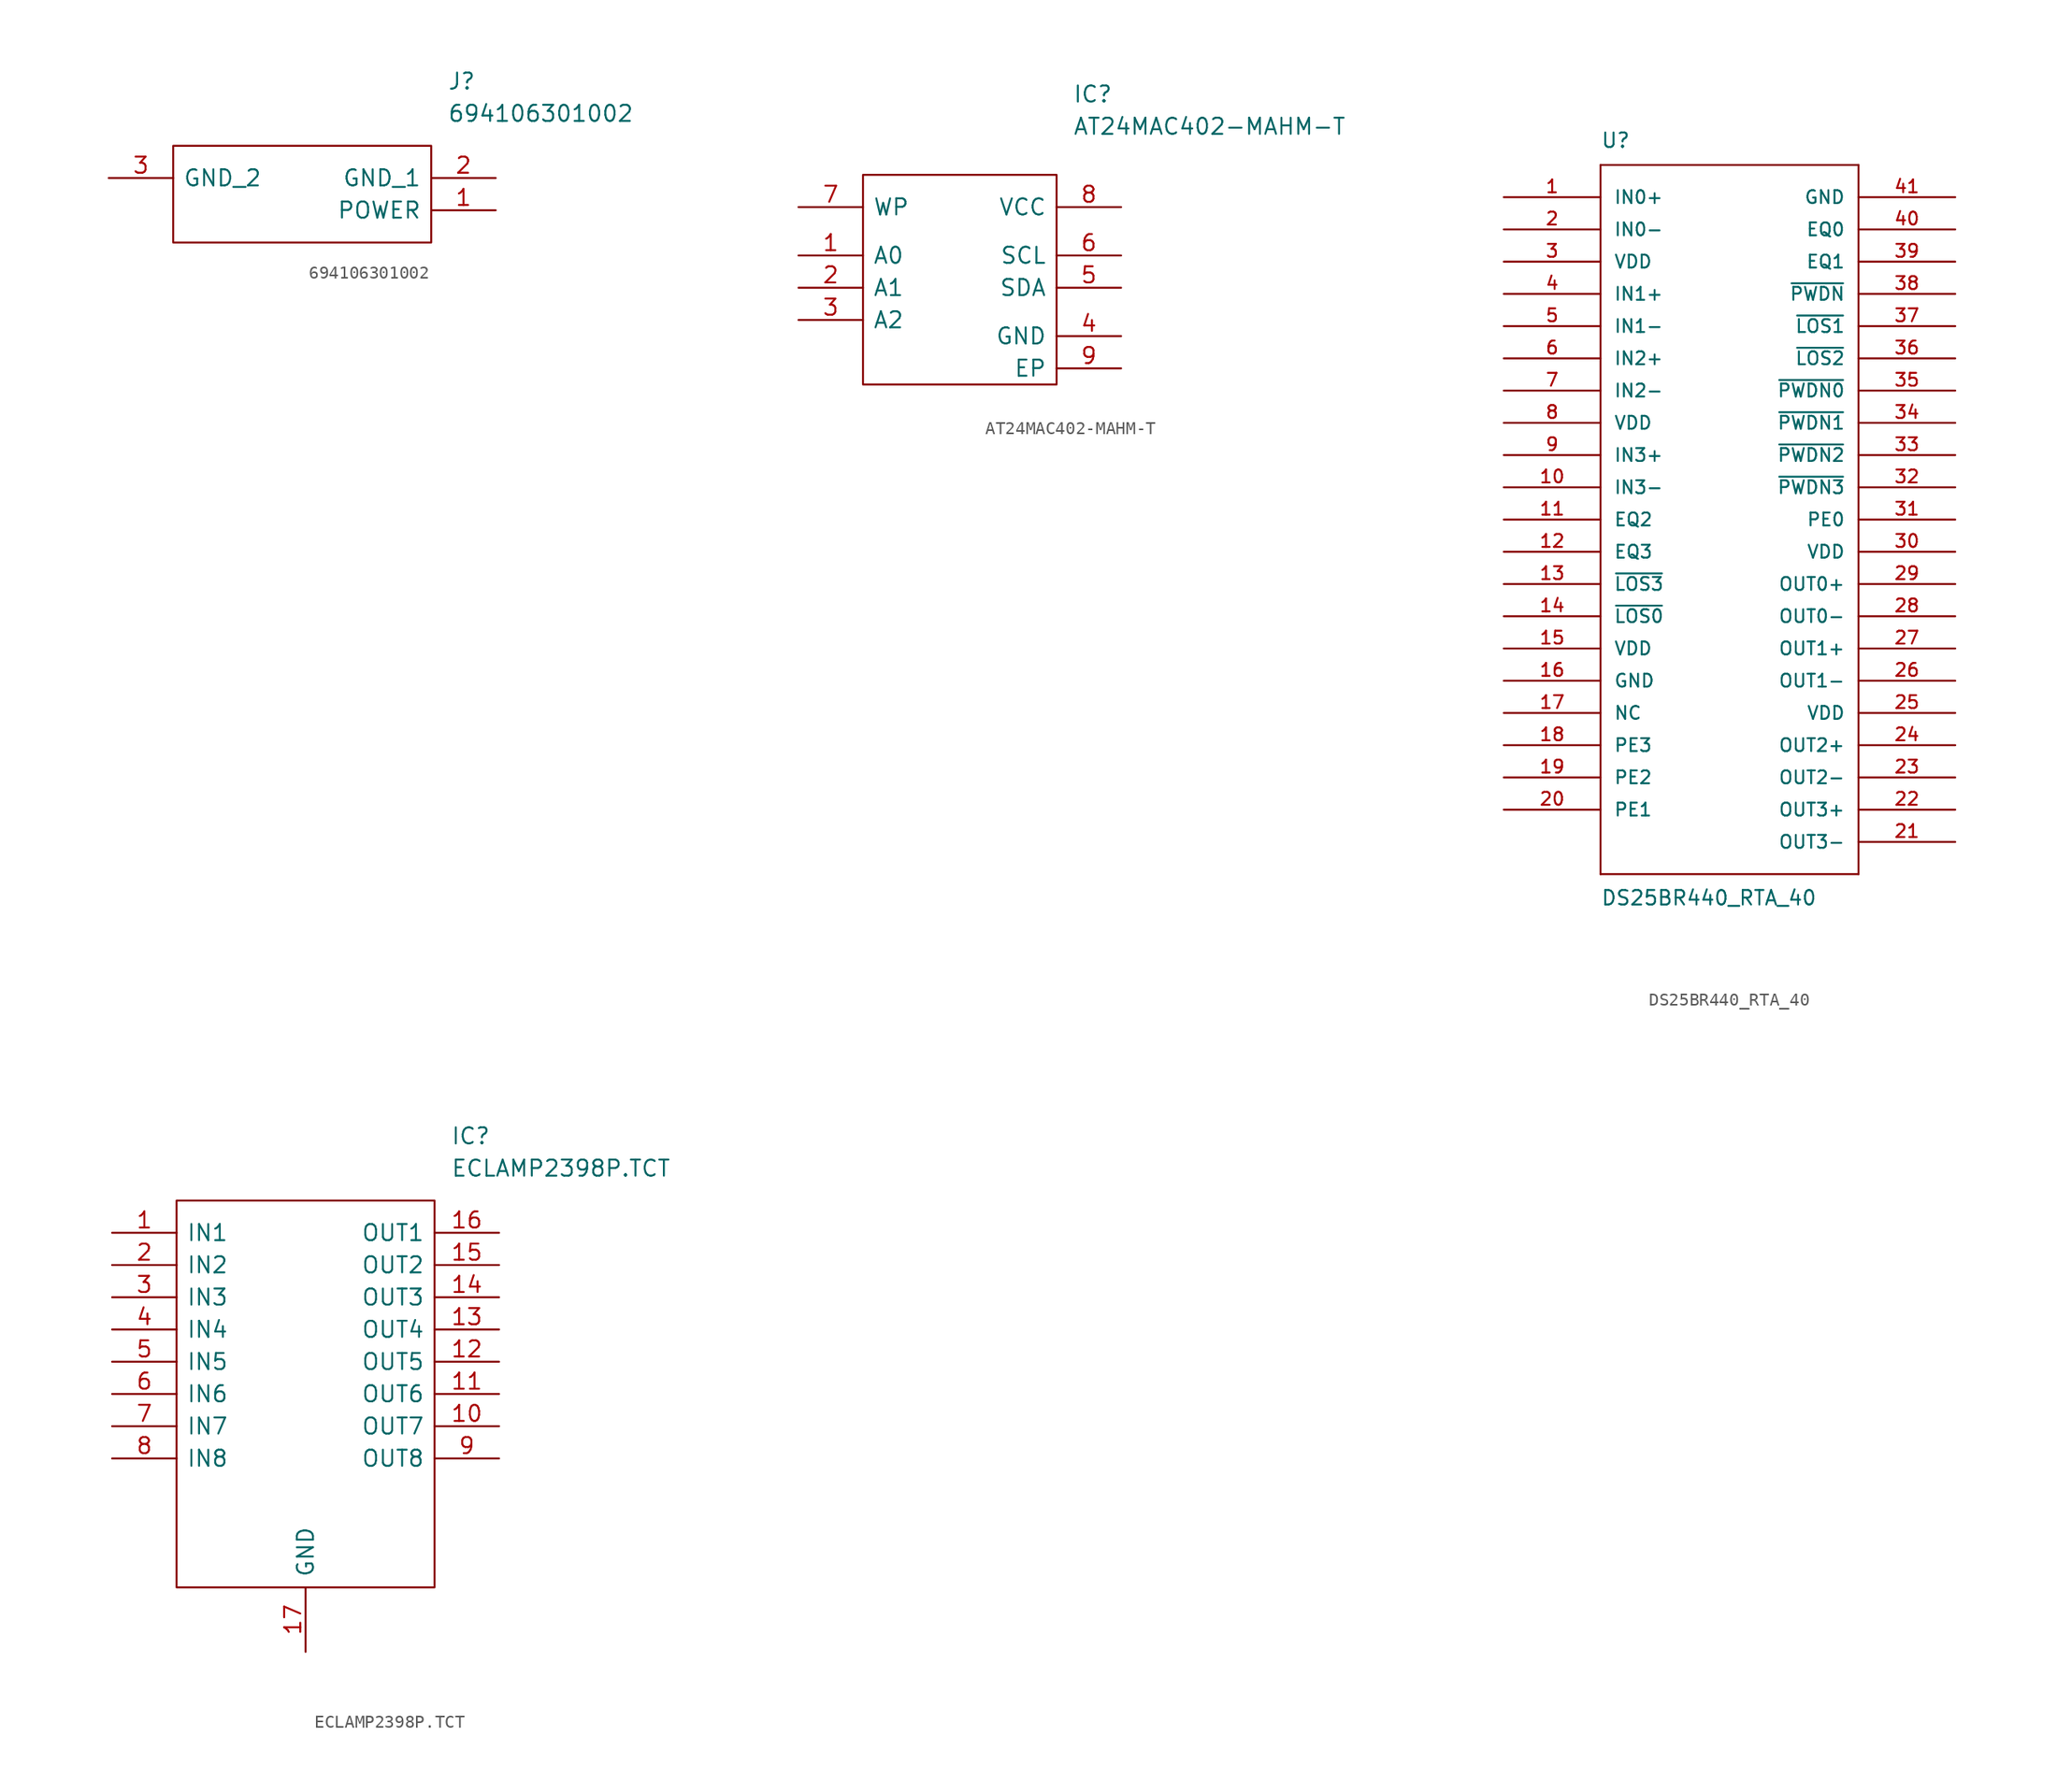
<source format=kicad_sym>
(kicad_symbol_lib
  (version 20211014)
  (generator kicad_symbol_editor)
  (symbol "694106301002"
    (pin_names
      (offset 0.762))
    (property "Reference" "J"
      (at 26.67 7.62 0)
      (effects (font (size 1.27 1.27)) (justify left)))
    (property "Value" "694106301002"
      (at 26.67 5.08 0)
      (effects (font (size 1.27 1.27)) (justify left)))
    (symbol "694106301002_0_0"
      (pin power_out line (at 30.48 -2.54 180) (length 5.08) (name "POWER" (effects (font (size 1.27 1.27)))) (number "1" (effects (font (size 1.27 1.27)))))
      (pin passive line (at 30.48 0 180) (length 5.08) (name "GND_1" (effects (font (size 1.27 1.27)))) (number "2" (effects (font (size 1.27 1.27)))))
      (pin passive line (at 0 0 0) (length 5.08) (name "GND_2" (effects (font (size 1.27 1.27)))) (number "3" (effects (font (size 1.27 1.27))))))
    (symbol "694106301002_0_1"
      (polyline (pts (xy 5.08 2.54) (xy 25.4 2.54) (xy 25.4 -5.08) (xy 5.08 -5.08) (xy 5.08 2.54)) (stroke (width 0.152) (type default) (color 0 0 0 0)) (fill (type none)))))
  (symbol "AT24MAC402-MAHM-T"
    (pin_names
      (offset 0.762))
    (property "Reference" "IC"
      (at 21.59 7.62 0)
      (effects (font (size 1.27 1.27)) (justify left)))
    (property "Value" "AT24MAC402-MAHM-T"
      (at 21.59 5.08 0)
      (effects (font (size 1.27 1.27)) (justify left)))
    (symbol "AT24MAC402-MAHM-T_0_0"
      (pin passive line (at 0 -5.08 0) (length 5.08) (name "A0" (effects (font (size 1.27 1.27)))) (number "1" (effects (font (size 1.27 1.27)))))
      (pin passive line (at 0 -7.62 0) (length 5.08) (name "A1" (effects (font (size 1.27 1.27)))) (number "2" (effects (font (size 1.27 1.27)))))
      (pin passive line (at 0 -10.16 0) (length 5.08) (name "A2" (effects (font (size 1.27 1.27)))) (number "3" (effects (font (size 1.27 1.27)))))
      (pin passive line (at 25.4 -11.43 180) (length 5.08) (name "GND" (effects (font (size 1.27 1.27)))) (number "4" (effects (font (size 1.27 1.27)))))
      (pin passive line (at 25.4 -7.62 180) (length 5.08) (name "SDA" (effects (font (size 1.27 1.27)))) (number "5" (effects (font (size 1.27 1.27)))))
      (pin passive line (at 25.4 -5.08 180) (length 5.08) (name "SCL" (effects (font (size 1.27 1.27)))) (number "6" (effects (font (size 1.27 1.27)))))
      (pin passive line (at 0 -1.27 0) (length 5.08) (name "WP" (effects (font (size 1.27 1.27)))) (number "7" (effects (font (size 1.27 1.27)))))
      (pin passive line (at 25.4 -1.27 180) (length 5.08) (name "VCC" (effects (font (size 1.27 1.27)))) (number "8" (effects (font (size 1.27 1.27)))))
      (pin passive line (at 25.4 -13.97 180) (length 5.08) (name "EP" (effects (font (size 1.27 1.27)))) (number "9" (effects (font (size 1.27 1.27))))))
    (symbol "AT24MAC402-MAHM-T_0_1"
      (polyline (pts (xy 5.08 1.27) (xy 12.7 1.27) (xy 20.32 1.27) (xy 20.32 -15.24) (xy 5.08 -15.24) (xy 5.08 1.27)) (stroke (width 0.152) (type default) (color 0 0 0 0)) (fill (type none)))))
  (symbol "DS25BR440_RTA_40"
    (pin_names
      (offset 1.016))
    (property "Reference" "U"
      (at -10.16 27.94 0)
      (effects (font (size 1.143 1.143)) (justify left bottom)))
    (property "Value" "DS25BR440_RTA_40"
      (at -10.16 -31.75 0)
      (effects (font (size 1.143 1.143)) (justify left bottom)))
    (property "ki_locked" ""
      (at 0 0 0)
      (effects (font (size 1.27 1.27))))
    (symbol "DS25BR440_RTA_40_1_0"
      (polyline (pts (xy -10.16 -29.21) (xy 10.16 -29.21)) (stroke (width 0) (type default) (color 0 0 0 0)) (fill (type none)))
      (polyline (pts (xy -10.16 26.67) (xy -10.16 -29.21)) (stroke (width 0) (type default) (color 0 0 0 0)) (fill (type none)))
      (polyline (pts (xy 10.16 -29.21) (xy 10.16 26.67)) (stroke (width 0) (type default) (color 0 0 0 0)) (fill (type none)))
      (polyline (pts (xy 10.16 26.67) (xy -10.16 26.67)) (stroke (width 0) (type default) (color 0 0 0 0)) (fill (type none))))
    (symbol "DS25BR440_RTA_40_1_1"
      (pin input line (at -17.78 24.13 0) (length 7.62) (name "IN0+" (effects (font (size 1.016 1.016)))) (number "1" (effects (font (size 1.016 1.016)))))
      (pin input line (at -17.78 1.27 0) (length 7.62) (name "IN3-" (effects (font (size 1.016 1.016)))) (number "10" (effects (font (size 1.016 1.016)))))
      (pin input line (at -17.78 -1.27 0) (length 7.62) (name "EQ2" (effects (font (size 1.016 1.016)))) (number "11" (effects (font (size 1.016 1.016)))))
      (pin input line (at -17.78 -3.81 0) (length 7.62) (name "EQ3" (effects (font (size 1.016 1.016)))) (number "12" (effects (font (size 1.016 1.016)))))
      (pin output line (at -17.78 -6.35 0) (length 7.62) (name "~{LOS3}" (effects (font (size 1.016 1.016)))) (number "13" (effects (font (size 1.016 1.016)))))
      (pin output line (at -17.78 -8.89 0) (length 7.62) (name "~{LOS0}" (effects (font (size 1.016 1.016)))) (number "14" (effects (font (size 1.016 1.016)))))
      (pin power_in line (at -17.78 -11.43 0) (length 7.62) (name "VDD" (effects (font (size 1.016 1.016)))) (number "15" (effects (font (size 1.016 1.016)))))
      (pin power_in line (at -17.78 -13.97 0) (length 7.62) (name "GND" (effects (font (size 1.016 1.016)))) (number "16" (effects (font (size 1.016 1.016)))))
      (pin passive line (at -17.78 -16.51 0) (length 7.62) (name "NC" (effects (font (size 1.016 1.016)))) (number "17" (effects (font (size 1.016 1.016)))))
      (pin input line (at -17.78 -19.05 0) (length 7.62) (name "PE3" (effects (font (size 1.016 1.016)))) (number "18" (effects (font (size 1.016 1.016)))))
      (pin input line (at -17.78 -21.59 0) (length 7.62) (name "PE2" (effects (font (size 1.016 1.016)))) (number "19" (effects (font (size 1.016 1.016)))))
      (pin input line (at -17.78 21.59 0) (length 7.62) (name "IN0-" (effects (font (size 1.016 1.016)))) (number "2" (effects (font (size 1.016 1.016)))))
      (pin input line (at -17.78 -24.13 0) (length 7.62) (name "PE1" (effects (font (size 1.016 1.016)))) (number "20" (effects (font (size 1.016 1.016)))))
      (pin output line (at 17.78 -26.67 180) (length 7.62) (name "OUT3-" (effects (font (size 1.016 1.016)))) (number "21" (effects (font (size 1.016 1.016)))))
      (pin output line (at 17.78 -24.13 180) (length 7.62) (name "OUT3+" (effects (font (size 1.016 1.016)))) (number "22" (effects (font (size 1.016 1.016)))))
      (pin output line (at 17.78 -21.59 180) (length 7.62) (name "OUT2-" (effects (font (size 1.016 1.016)))) (number "23" (effects (font (size 1.016 1.016)))))
      (pin output line (at 17.78 -19.05 180) (length 7.62) (name "OUT2+" (effects (font (size 1.016 1.016)))) (number "24" (effects (font (size 1.016 1.016)))))
      (pin power_in line (at 17.78 -16.51 180) (length 7.62) (name "VDD" (effects (font (size 1.016 1.016)))) (number "25" (effects (font (size 1.016 1.016)))))
      (pin output line (at 17.78 -13.97 180) (length 7.62) (name "OUT1-" (effects (font (size 1.016 1.016)))) (number "26" (effects (font (size 1.016 1.016)))))
      (pin output line (at 17.78 -11.43 180) (length 7.62) (name "OUT1+" (effects (font (size 1.016 1.016)))) (number "27" (effects (font (size 1.016 1.016)))))
      (pin output line (at 17.78 -8.89 180) (length 7.62) (name "OUT0-" (effects (font (size 1.016 1.016)))) (number "28" (effects (font (size 1.016 1.016)))))
      (pin output line (at 17.78 -6.35 180) (length 7.62) (name "OUT0+" (effects (font (size 1.016 1.016)))) (number "29" (effects (font (size 1.016 1.016)))))
      (pin power_in line (at -17.78 19.05 0) (length 7.62) (name "VDD" (effects (font (size 1.016 1.016)))) (number "3" (effects (font (size 1.016 1.016)))))
      (pin power_in line (at 17.78 -3.81 180) (length 7.62) (name "VDD" (effects (font (size 1.016 1.016)))) (number "30" (effects (font (size 1.016 1.016)))))
      (pin input line (at 17.78 -1.27 180) (length 7.62) (name "PE0" (effects (font (size 1.016 1.016)))) (number "31" (effects (font (size 1.016 1.016)))))
      (pin input line (at 17.78 1.27 180) (length 7.62) (name "~{PWDN3}" (effects (font (size 1.016 1.016)))) (number "32" (effects (font (size 1.016 1.016)))))
      (pin input line (at 17.78 3.81 180) (length 7.62) (name "~{PWDN2}" (effects (font (size 1.016 1.016)))) (number "33" (effects (font (size 1.016 1.016)))))
      (pin input line (at 17.78 6.35 180) (length 7.62) (name "~{PWDN1}" (effects (font (size 1.016 1.016)))) (number "34" (effects (font (size 1.016 1.016)))))
      (pin input line (at 17.78 8.89 180) (length 7.62) (name "~{PWDN0}" (effects (font (size 1.016 1.016)))) (number "35" (effects (font (size 1.016 1.016)))))
      (pin output line (at 17.78 11.43 180) (length 7.62) (name "~{LOS2}" (effects (font (size 1.016 1.016)))) (number "36" (effects (font (size 1.016 1.016)))))
      (pin output line (at 17.78 13.97 180) (length 7.62) (name "~{LOS1}" (effects (font (size 1.016 1.016)))) (number "37" (effects (font (size 1.016 1.016)))))
      (pin input line (at 17.78 16.51 180) (length 7.62) (name "~{PWDN}" (effects (font (size 1.016 1.016)))) (number "38" (effects (font (size 1.016 1.016)))))
      (pin input line (at 17.78 19.05 180) (length 7.62) (name "EQ1" (effects (font (size 1.016 1.016)))) (number "39" (effects (font (size 1.016 1.016)))))
      (pin input line (at -17.78 16.51 0) (length 7.62) (name "IN1+" (effects (font (size 1.016 1.016)))) (number "4" (effects (font (size 1.016 1.016)))))
      (pin input line (at 17.78 21.59 180) (length 7.62) (name "EQ0" (effects (font (size 1.016 1.016)))) (number "40" (effects (font (size 1.016 1.016)))))
      (pin power_in line (at 17.78 24.13 180) (length 7.62) (name "GND" (effects (font (size 1.016 1.016)))) (number "41" (effects (font (size 1.016 1.016)))))
      (pin input line (at -17.78 13.97 0) (length 7.62) (name "IN1-" (effects (font (size 1.016 1.016)))) (number "5" (effects (font (size 1.016 1.016)))))
      (pin input line (at -17.78 11.43 0) (length 7.62) (name "IN2+" (effects (font (size 1.016 1.016)))) (number "6" (effects (font (size 1.016 1.016)))))
      (pin input line (at -17.78 8.89 0) (length 7.62) (name "IN2-" (effects (font (size 1.016 1.016)))) (number "7" (effects (font (size 1.016 1.016)))))
      (pin power_in line (at -17.78 6.35 0) (length 7.62) (name "VDD" (effects (font (size 1.016 1.016)))) (number "8" (effects (font (size 1.016 1.016)))))
      (pin input line (at -17.78 3.81 0) (length 7.62) (name "IN3+" (effects (font (size 1.016 1.016)))) (number "9" (effects (font (size 1.016 1.016)))))))
  (symbol "ECLAMP2398P.TCT"
    (pin_names
      (offset 0.762))
    (property "Reference" "IC"
      (at 26.67 7.62 0)
      (effects (font (size 1.27 1.27)) (justify left)))
    (property "Value" "ECLAMP2398P.TCT"
      (at 26.67 5.08 0)
      (effects (font (size 1.27 1.27)) (justify left)))
    (symbol "ECLAMP2398P.TCT_0_0"
      (pin passive line (at 0 0 0) (length 5.08) (name "IN1" (effects (font (size 1.27 1.27)))) (number "1" (effects (font (size 1.27 1.27)))))
      (pin passive line (at 30.48 -15.24 180) (length 5.08) (name "OUT7" (effects (font (size 1.27 1.27)))) (number "10" (effects (font (size 1.27 1.27)))))
      (pin passive line (at 30.48 -12.7 180) (length 5.08) (name "OUT6" (effects (font (size 1.27 1.27)))) (number "11" (effects (font (size 1.27 1.27)))))
      (pin passive line (at 30.48 -10.16 180) (length 5.08) (name "OUT5" (effects (font (size 1.27 1.27)))) (number "12" (effects (font (size 1.27 1.27)))))
      (pin passive line (at 30.48 -7.62 180) (length 5.08) (name "OUT4" (effects (font (size 1.27 1.27)))) (number "13" (effects (font (size 1.27 1.27)))))
      (pin passive line (at 30.48 -5.08 180) (length 5.08) (name "OUT3" (effects (font (size 1.27 1.27)))) (number "14" (effects (font (size 1.27 1.27)))))
      (pin passive line (at 30.48 -2.54 180) (length 5.08) (name "OUT2" (effects (font (size 1.27 1.27)))) (number "15" (effects (font (size 1.27 1.27)))))
      (pin passive line (at 30.48 0 180) (length 5.08) (name "OUT1" (effects (font (size 1.27 1.27)))) (number "16" (effects (font (size 1.27 1.27)))))
      (pin passive line (at 15.24 -33.02 90) (length 5.08) (name "GND" (effects (font (size 1.27 1.27)))) (number "17" (effects (font (size 1.27 1.27)))))
      (pin passive line (at 0 -2.54 0) (length 5.08) (name "IN2" (effects (font (size 1.27 1.27)))) (number "2" (effects (font (size 1.27 1.27)))))
      (pin passive line (at 0 -5.08 0) (length 5.08) (name "IN3" (effects (font (size 1.27 1.27)))) (number "3" (effects (font (size 1.27 1.27)))))
      (pin passive line (at 0 -7.62 0) (length 5.08) (name "IN4" (effects (font (size 1.27 1.27)))) (number "4" (effects (font (size 1.27 1.27)))))
      (pin passive line (at 0 -10.16 0) (length 5.08) (name "IN5" (effects (font (size 1.27 1.27)))) (number "5" (effects (font (size 1.27 1.27)))))
      (pin passive line (at 0 -12.7 0) (length 5.08) (name "IN6" (effects (font (size 1.27 1.27)))) (number "6" (effects (font (size 1.27 1.27)))))
      (pin passive line (at 0 -15.24 0) (length 5.08) (name "IN7" (effects (font (size 1.27 1.27)))) (number "7" (effects (font (size 1.27 1.27)))))
      (pin passive line (at 0 -17.78 0) (length 5.08) (name "IN8" (effects (font (size 1.27 1.27)))) (number "8" (effects (font (size 1.27 1.27)))))
      (pin passive line (at 30.48 -17.78 180) (length 5.08) (name "OUT8" (effects (font (size 1.27 1.27)))) (number "9" (effects (font (size 1.27 1.27))))))
    (symbol "ECLAMP2398P.TCT_0_1"
      (polyline (pts (xy 5.08 2.54) (xy 25.4 2.54) (xy 25.4 -27.94) (xy 5.08 -27.94) (xy 5.08 2.54)) (stroke (width 0.152) (type default) (color 0 0 0 0)) (fill (type none))))))
</source>
